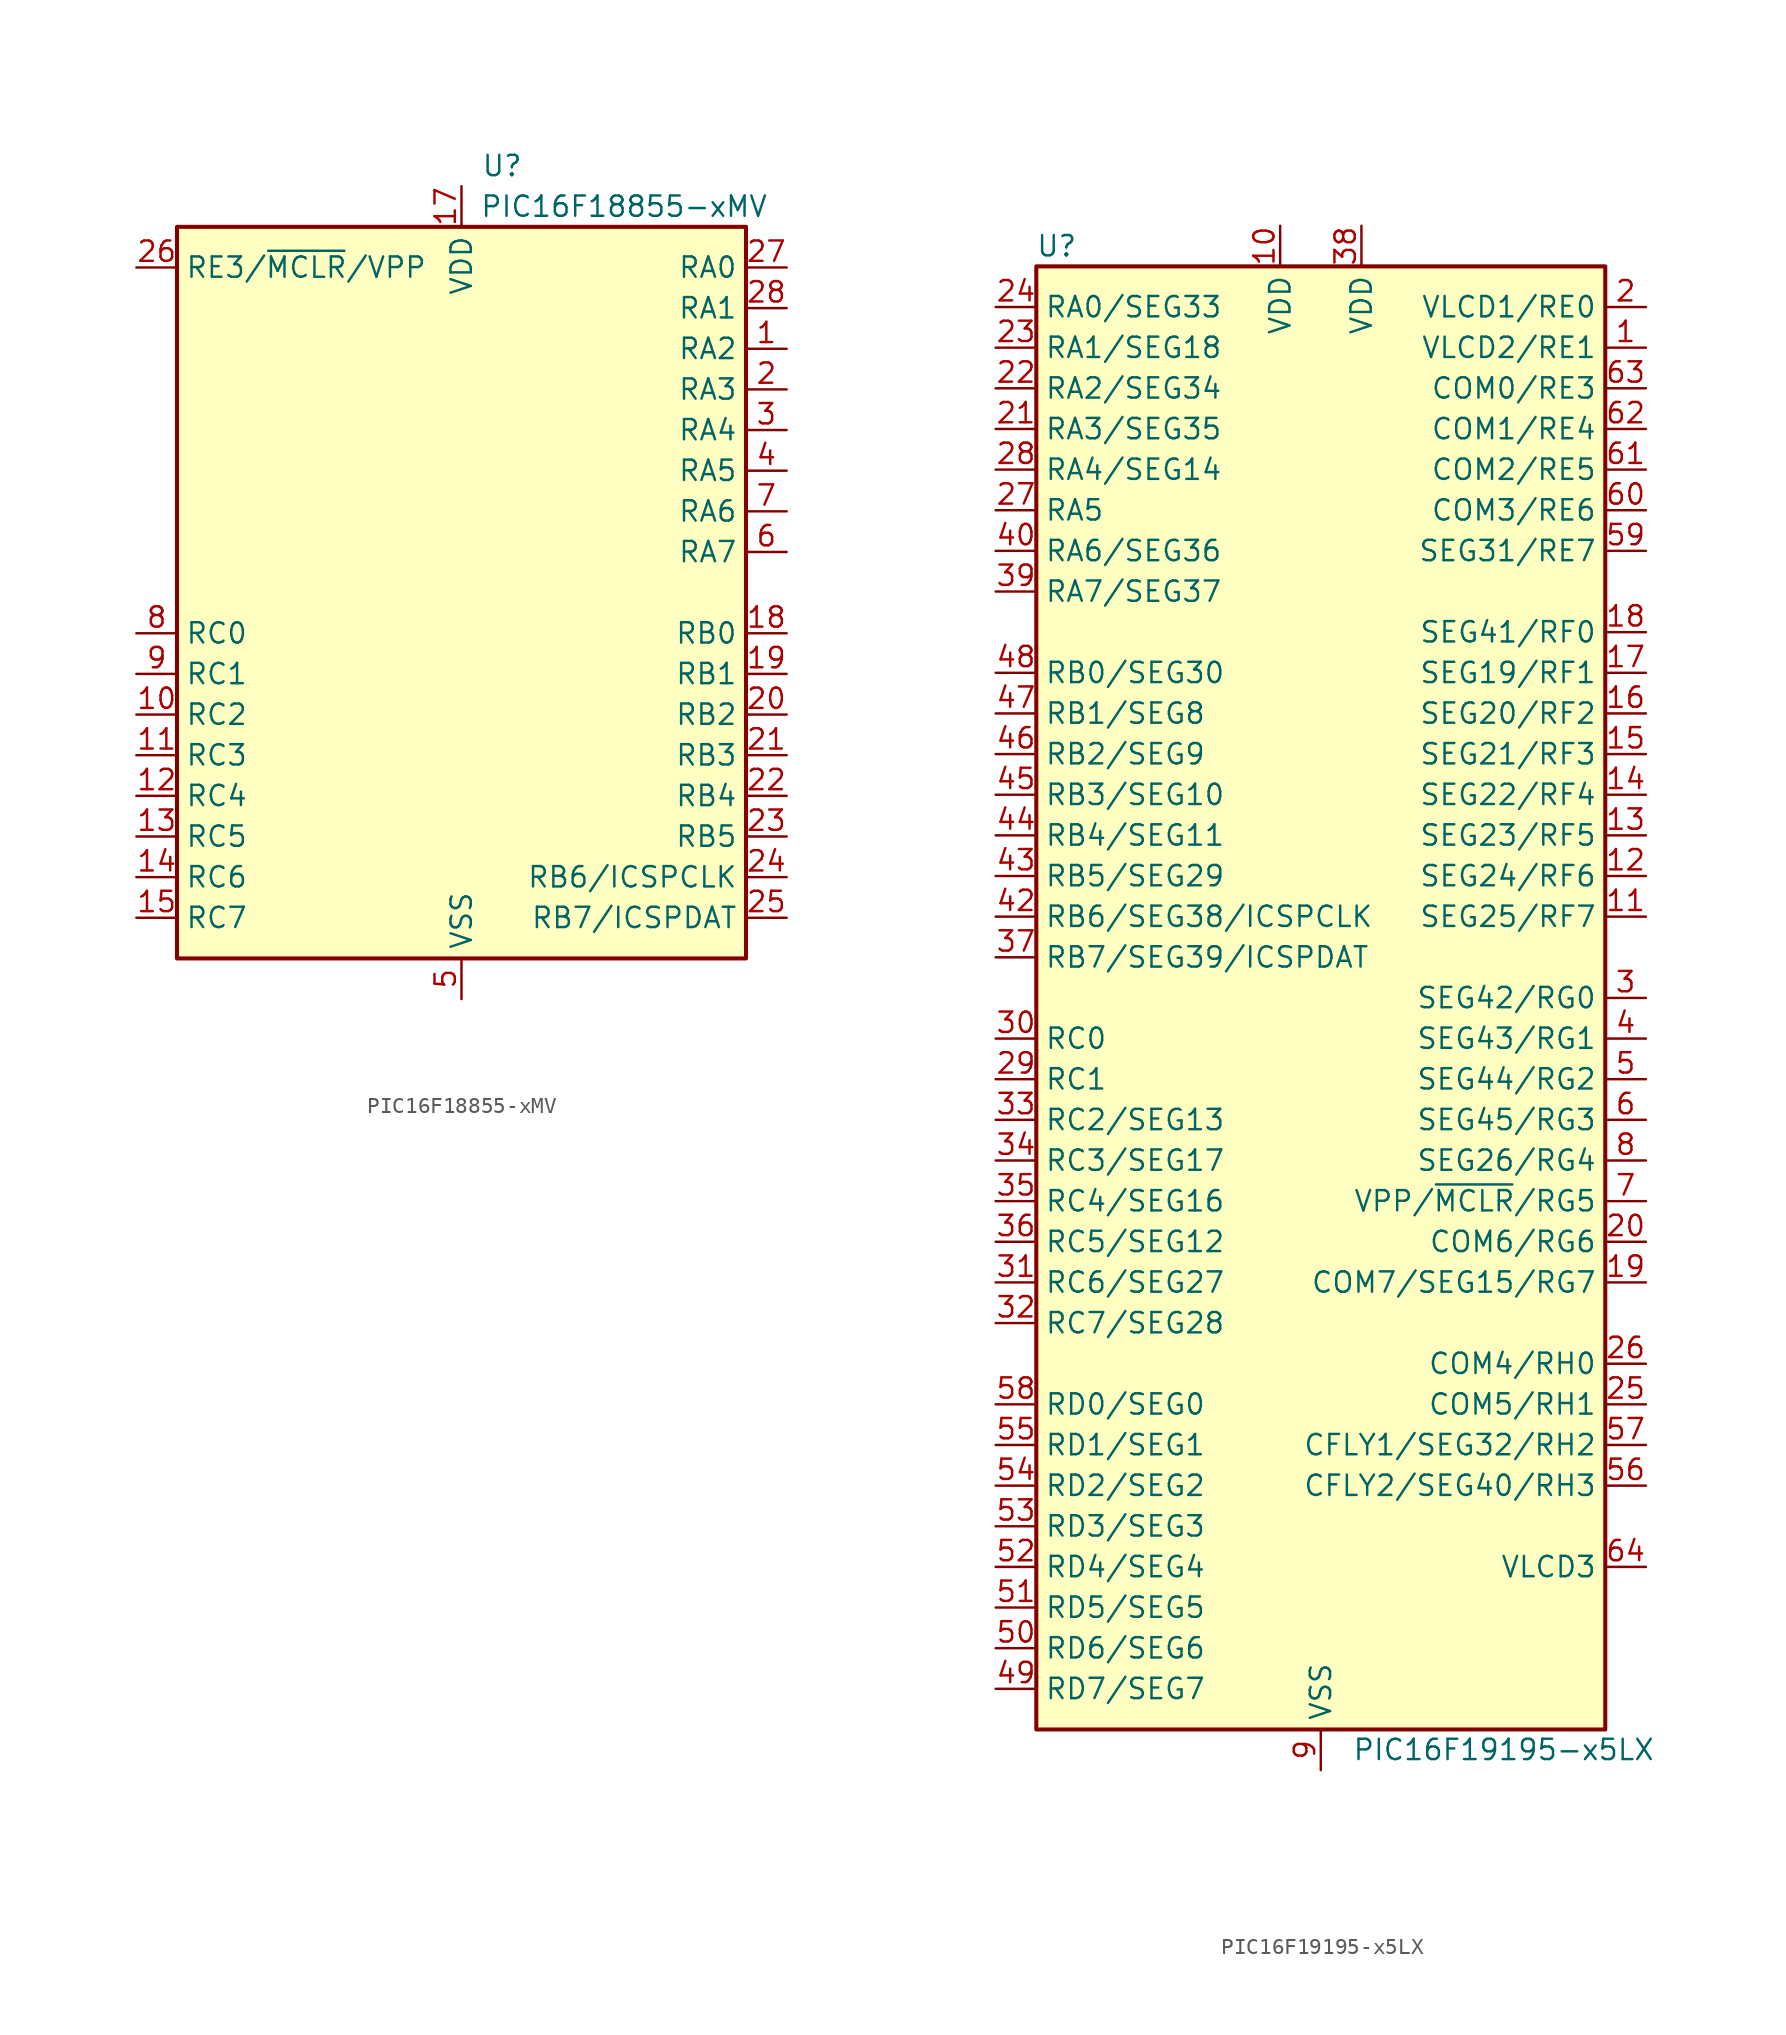
<source format=kicad_sym>
(kicad_symbol_lib
  (version 20211014)
  (generator kicad_symbol_editor)
  (symbol "PIC16F18855-xMV"
    (property "Reference" "U"
      (at 2.54 26.67 0)
      (effects (font (size 1.27 1.27))))
    (property "Value" "PIC16F18855-xMV"
      (at 10.16 24.13 0)
      (effects (font (size 1.27 1.27))))
    (symbol "PIC16F18855-xMV_0_0"
      (pin passive line (at 0 -25.4 90) (length 2.54) hide (name "VSS" (effects (font (size 1.27 1.27)))) (number "29" (effects (font (size 1.27 1.27))))))
    (symbol "PIC16F18855-xMV_0_1"
      (rectangle (start -17.78 22.86) (end 17.78 -22.86) (stroke (width 0.254) (type default) (color 0 0 0 0)) (fill (type background))))
    (symbol "PIC16F18855-xMV_1_1"
      (pin bidirectional line (at 20.32 15.24 180) (length 2.54) (name "RA2" (effects (font (size 1.27 1.27)))) (number "1" (effects (font (size 1.27 1.27)))))
      (pin bidirectional line (at -20.32 -7.62 0) (length 2.54) (name "RC2" (effects (font (size 1.27 1.27)))) (number "10" (effects (font (size 1.27 1.27)))))
      (pin bidirectional line (at -20.32 -10.16 0) (length 2.54) (name "RC3" (effects (font (size 1.27 1.27)))) (number "11" (effects (font (size 1.27 1.27)))))
      (pin bidirectional line (at -20.32 -12.7 0) (length 2.54) (name "RC4" (effects (font (size 1.27 1.27)))) (number "12" (effects (font (size 1.27 1.27)))))
      (pin bidirectional line (at -20.32 -15.24 0) (length 2.54) (name "RC5" (effects (font (size 1.27 1.27)))) (number "13" (effects (font (size 1.27 1.27)))))
      (pin bidirectional line (at -20.32 -17.78 0) (length 2.54) (name "RC6" (effects (font (size 1.27 1.27)))) (number "14" (effects (font (size 1.27 1.27)))))
      (pin bidirectional line (at -20.32 -20.32 0) (length 2.54) (name "RC7" (effects (font (size 1.27 1.27)))) (number "15" (effects (font (size 1.27 1.27)))))
      (pin passive line (at 0 -25.4 90) (length 2.54) hide (name "VSS" (effects (font (size 1.27 1.27)))) (number "16" (effects (font (size 1.27 1.27)))))
      (pin power_in line (at 0 25.4 270) (length 2.54) (name "VDD" (effects (font (size 1.27 1.27)))) (number "17" (effects (font (size 1.27 1.27)))))
      (pin bidirectional line (at 20.32 -2.54 180) (length 2.54) (name "RB0" (effects (font (size 1.27 1.27)))) (number "18" (effects (font (size 1.27 1.27)))))
      (pin bidirectional line (at 20.32 -5.08 180) (length 2.54) (name "RB1" (effects (font (size 1.27 1.27)))) (number "19" (effects (font (size 1.27 1.27)))))
      (pin bidirectional line (at 20.32 12.7 180) (length 2.54) (name "RA3" (effects (font (size 1.27 1.27)))) (number "2" (effects (font (size 1.27 1.27)))))
      (pin bidirectional line (at 20.32 -7.62 180) (length 2.54) (name "RB2" (effects (font (size 1.27 1.27)))) (number "20" (effects (font (size 1.27 1.27)))))
      (pin bidirectional line (at 20.32 -10.16 180) (length 2.54) (name "RB3" (effects (font (size 1.27 1.27)))) (number "21" (effects (font (size 1.27 1.27)))))
      (pin bidirectional line (at 20.32 -12.7 180) (length 2.54) (name "RB4" (effects (font (size 1.27 1.27)))) (number "22" (effects (font (size 1.27 1.27)))))
      (pin bidirectional line (at 20.32 -15.24 180) (length 2.54) (name "RB5" (effects (font (size 1.27 1.27)))) (number "23" (effects (font (size 1.27 1.27)))))
      (pin bidirectional line (at 20.32 -17.78 180) (length 2.54) (name "RB6/ICSPCLK" (effects (font (size 1.27 1.27)))) (number "24" (effects (font (size 1.27 1.27)))))
      (pin bidirectional line (at 20.32 -20.32 180) (length 2.54) (name "RB7/ICSPDAT" (effects (font (size 1.27 1.27)))) (number "25" (effects (font (size 1.27 1.27)))))
      (pin input line (at -20.32 20.32 0) (length 2.54) (name "RE3/~{MCLR}/VPP" (effects (font (size 1.27 1.27)))) (number "26" (effects (font (size 1.27 1.27)))))
      (pin bidirectional line (at 20.32 20.32 180) (length 2.54) (name "RA0" (effects (font (size 1.27 1.27)))) (number "27" (effects (font (size 1.27 1.27)))))
      (pin bidirectional line (at 20.32 17.78 180) (length 2.54) (name "RA1" (effects (font (size 1.27 1.27)))) (number "28" (effects (font (size 1.27 1.27)))))
      (pin bidirectional line (at 20.32 10.16 180) (length 2.54) (name "RA4" (effects (font (size 1.27 1.27)))) (number "3" (effects (font (size 1.27 1.27)))))
      (pin bidirectional line (at 20.32 7.62 180) (length 2.54) (name "RA5" (effects (font (size 1.27 1.27)))) (number "4" (effects (font (size 1.27 1.27)))))
      (pin power_in line (at 0 -25.4 90) (length 2.54) (name "VSS" (effects (font (size 1.27 1.27)))) (number "5" (effects (font (size 1.27 1.27)))))
      (pin bidirectional line (at 20.32 2.54 180) (length 2.54) (name "RA7" (effects (font (size 1.27 1.27)))) (number "6" (effects (font (size 1.27 1.27)))))
      (pin bidirectional line (at 20.32 5.08 180) (length 2.54) (name "RA6" (effects (font (size 1.27 1.27)))) (number "7" (effects (font (size 1.27 1.27)))))
      (pin bidirectional line (at -20.32 -2.54 0) (length 2.54) (name "RC0" (effects (font (size 1.27 1.27)))) (number "8" (effects (font (size 1.27 1.27)))))
      (pin bidirectional line (at -20.32 -5.08 0) (length 2.54) (name "RC1" (effects (font (size 1.27 1.27)))) (number "9" (effects (font (size 1.27 1.27)))))))
  (symbol "PIC16F19195-x5LX"
    (property "Reference" "U"
      (at -16.51 46.99 0)
      (effects (font (size 1.27 1.27))))
    (property "Value" "PIC16F19195-x5LX"
      (at 11.43 -46.99 0)
      (effects (font (size 1.27 1.27))))
    (symbol "PIC16F19195-x5LX_0_1"
      (rectangle (start -17.78 45.72) (end 17.78 -45.72) (stroke (width 0.254) (type default) (color 0 0 0 0)) (fill (type background))))
    (symbol "PIC16F19195-x5LX_1_1"
      (pin bidirectional line (at 20.32 40.64 180) (length 2.54) (name "VLCD2/RE1" (effects (font (size 1.27 1.27)))) (number "1" (effects (font (size 1.27 1.27)))))
      (pin power_in line (at -2.54 48.26 270) (length 2.54) (name "VDD" (effects (font (size 1.27 1.27)))) (number "10" (effects (font (size 1.27 1.27)))))
      (pin bidirectional line (at 20.32 5.08 180) (length 2.54) (name "SEG25/RF7" (effects (font (size 1.27 1.27)))) (number "11" (effects (font (size 1.27 1.27)))))
      (pin bidirectional line (at 20.32 7.62 180) (length 2.54) (name "SEG24/RF6" (effects (font (size 1.27 1.27)))) (number "12" (effects (font (size 1.27 1.27)))))
      (pin bidirectional line (at 20.32 10.16 180) (length 2.54) (name "SEG23/RF5" (effects (font (size 1.27 1.27)))) (number "13" (effects (font (size 1.27 1.27)))))
      (pin bidirectional line (at 20.32 12.7 180) (length 2.54) (name "SEG22/RF4" (effects (font (size 1.27 1.27)))) (number "14" (effects (font (size 1.27 1.27)))))
      (pin bidirectional line (at 20.32 15.24 180) (length 2.54) (name "SEG21/RF3" (effects (font (size 1.27 1.27)))) (number "15" (effects (font (size 1.27 1.27)))))
      (pin bidirectional line (at 20.32 17.78 180) (length 2.54) (name "SEG20/RF2" (effects (font (size 1.27 1.27)))) (number "16" (effects (font (size 1.27 1.27)))))
      (pin bidirectional line (at 20.32 20.32 180) (length 2.54) (name "SEG19/RF1" (effects (font (size 1.27 1.27)))) (number "17" (effects (font (size 1.27 1.27)))))
      (pin bidirectional line (at 20.32 22.86 180) (length 2.54) (name "SEG41/RF0" (effects (font (size 1.27 1.27)))) (number "18" (effects (font (size 1.27 1.27)))))
      (pin bidirectional line (at 20.32 -17.78 180) (length 2.54) (name "COM7/SEG15/RG7" (effects (font (size 1.27 1.27)))) (number "19" (effects (font (size 1.27 1.27)))))
      (pin bidirectional line (at 20.32 43.18 180) (length 2.54) (name "VLCD1/RE0" (effects (font (size 1.27 1.27)))) (number "2" (effects (font (size 1.27 1.27)))))
      (pin bidirectional line (at 20.32 -15.24 180) (length 2.54) (name "COM6/RG6" (effects (font (size 1.27 1.27)))) (number "20" (effects (font (size 1.27 1.27)))))
      (pin bidirectional line (at -20.32 35.56 0) (length 2.54) (name "RA3/SEG35" (effects (font (size 1.27 1.27)))) (number "21" (effects (font (size 1.27 1.27)))))
      (pin bidirectional line (at -20.32 38.1 0) (length 2.54) (name "RA2/SEG34" (effects (font (size 1.27 1.27)))) (number "22" (effects (font (size 1.27 1.27)))))
      (pin bidirectional line (at -20.32 40.64 0) (length 2.54) (name "RA1/SEG18" (effects (font (size 1.27 1.27)))) (number "23" (effects (font (size 1.27 1.27)))))
      (pin bidirectional line (at -20.32 43.18 0) (length 2.54) (name "RA0/SEG33" (effects (font (size 1.27 1.27)))) (number "24" (effects (font (size 1.27 1.27)))))
      (pin bidirectional line (at 20.32 -25.4 180) (length 2.54) (name "COM5/RH1" (effects (font (size 1.27 1.27)))) (number "25" (effects (font (size 1.27 1.27)))))
      (pin bidirectional line (at 20.32 -22.86 180) (length 2.54) (name "COM4/RH0" (effects (font (size 1.27 1.27)))) (number "26" (effects (font (size 1.27 1.27)))))
      (pin bidirectional line (at -20.32 30.48 0) (length 2.54) (name "RA5" (effects (font (size 1.27 1.27)))) (number "27" (effects (font (size 1.27 1.27)))))
      (pin bidirectional line (at -20.32 33.02 0) (length 2.54) (name "RA4/SEG14" (effects (font (size 1.27 1.27)))) (number "28" (effects (font (size 1.27 1.27)))))
      (pin bidirectional line (at -20.32 -5.08 0) (length 2.54) (name "RC1" (effects (font (size 1.27 1.27)))) (number "29" (effects (font (size 1.27 1.27)))))
      (pin bidirectional line (at 20.32 0 180) (length 2.54) (name "SEG42/RG0" (effects (font (size 1.27 1.27)))) (number "3" (effects (font (size 1.27 1.27)))))
      (pin bidirectional line (at -20.32 -2.54 0) (length 2.54) (name "RC0" (effects (font (size 1.27 1.27)))) (number "30" (effects (font (size 1.27 1.27)))))
      (pin bidirectional line (at -20.32 -17.78 0) (length 2.54) (name "RC6/SEG27" (effects (font (size 1.27 1.27)))) (number "31" (effects (font (size 1.27 1.27)))))
      (pin bidirectional line (at -20.32 -20.32 0) (length 2.54) (name "RC7/SEG28" (effects (font (size 1.27 1.27)))) (number "32" (effects (font (size 1.27 1.27)))))
      (pin bidirectional line (at -20.32 -7.62 0) (length 2.54) (name "RC2/SEG13" (effects (font (size 1.27 1.27)))) (number "33" (effects (font (size 1.27 1.27)))))
      (pin bidirectional line (at -20.32 -10.16 0) (length 2.54) (name "RC3/SEG17" (effects (font (size 1.27 1.27)))) (number "34" (effects (font (size 1.27 1.27)))))
      (pin bidirectional line (at -20.32 -12.7 0) (length 2.54) (name "RC4/SEG16" (effects (font (size 1.27 1.27)))) (number "35" (effects (font (size 1.27 1.27)))))
      (pin bidirectional line (at -20.32 -15.24 0) (length 2.54) (name "RC5/SEG12" (effects (font (size 1.27 1.27)))) (number "36" (effects (font (size 1.27 1.27)))))
      (pin bidirectional line (at -20.32 2.54 0) (length 2.54) (name "RB7/SEG39/ICSPDAT" (effects (font (size 1.27 1.27)))) (number "37" (effects (font (size 1.27 1.27)))))
      (pin power_in line (at 2.54 48.26 270) (length 2.54) (name "VDD" (effects (font (size 1.27 1.27)))) (number "38" (effects (font (size 1.27 1.27)))))
      (pin bidirectional line (at -20.32 25.4 0) (length 2.54) (name "RA7/SEG37" (effects (font (size 1.27 1.27)))) (number "39" (effects (font (size 1.27 1.27)))))
      (pin bidirectional line (at 20.32 -2.54 180) (length 2.54) (name "SEG43/RG1" (effects (font (size 1.27 1.27)))) (number "4" (effects (font (size 1.27 1.27)))))
      (pin bidirectional line (at -20.32 27.94 0) (length 2.54) (name "RA6/SEG36" (effects (font (size 1.27 1.27)))) (number "40" (effects (font (size 1.27 1.27)))))
      (pin passive line (at 0 -48.26 90) (length 2.54) hide (name "VSS" (effects (font (size 1.27 1.27)))) (number "41" (effects (font (size 1.27 1.27)))))
      (pin bidirectional line (at -20.32 5.08 0) (length 2.54) (name "RB6/SEG38/ICSPCLK" (effects (font (size 1.27 1.27)))) (number "42" (effects (font (size 1.27 1.27)))))
      (pin bidirectional line (at -20.32 7.62 0) (length 2.54) (name "RB5/SEG29" (effects (font (size 1.27 1.27)))) (number "43" (effects (font (size 1.27 1.27)))))
      (pin bidirectional line (at -20.32 10.16 0) (length 2.54) (name "RB4/SEG11" (effects (font (size 1.27 1.27)))) (number "44" (effects (font (size 1.27 1.27)))))
      (pin bidirectional line (at -20.32 12.7 0) (length 2.54) (name "RB3/SEG10" (effects (font (size 1.27 1.27)))) (number "45" (effects (font (size 1.27 1.27)))))
      (pin bidirectional line (at -20.32 15.24 0) (length 2.54) (name "RB2/SEG9" (effects (font (size 1.27 1.27)))) (number "46" (effects (font (size 1.27 1.27)))))
      (pin bidirectional line (at -20.32 17.78 0) (length 2.54) (name "RB1/SEG8" (effects (font (size 1.27 1.27)))) (number "47" (effects (font (size 1.27 1.27)))))
      (pin bidirectional line (at -20.32 20.32 0) (length 2.54) (name "RB0/SEG30" (effects (font (size 1.27 1.27)))) (number "48" (effects (font (size 1.27 1.27)))))
      (pin bidirectional line (at -20.32 -43.18 0) (length 2.54) (name "RD7/SEG7" (effects (font (size 1.27 1.27)))) (number "49" (effects (font (size 1.27 1.27)))))
      (pin bidirectional line (at 20.32 -5.08 180) (length 2.54) (name "SEG44/RG2" (effects (font (size 1.27 1.27)))) (number "5" (effects (font (size 1.27 1.27)))))
      (pin bidirectional line (at -20.32 -40.64 0) (length 2.54) (name "RD6/SEG6" (effects (font (size 1.27 1.27)))) (number "50" (effects (font (size 1.27 1.27)))))
      (pin bidirectional line (at -20.32 -38.1 0) (length 2.54) (name "RD5/SEG5" (effects (font (size 1.27 1.27)))) (number "51" (effects (font (size 1.27 1.27)))))
      (pin bidirectional line (at -20.32 -35.56 0) (length 2.54) (name "RD4/SEG4" (effects (font (size 1.27 1.27)))) (number "52" (effects (font (size 1.27 1.27)))))
      (pin bidirectional line (at -20.32 -33.02 0) (length 2.54) (name "RD3/SEG3" (effects (font (size 1.27 1.27)))) (number "53" (effects (font (size 1.27 1.27)))))
      (pin bidirectional line (at -20.32 -30.48 0) (length 2.54) (name "RD2/SEG2" (effects (font (size 1.27 1.27)))) (number "54" (effects (font (size 1.27 1.27)))))
      (pin bidirectional line (at -20.32 -27.94 0) (length 2.54) (name "RD1/SEG1" (effects (font (size 1.27 1.27)))) (number "55" (effects (font (size 1.27 1.27)))))
      (pin bidirectional line (at 20.32 -30.48 180) (length 2.54) (name "CFLY2/SEG40/RH3" (effects (font (size 1.27 1.27)))) (number "56" (effects (font (size 1.27 1.27)))))
      (pin bidirectional line (at 20.32 -27.94 180) (length 2.54) (name "CFLY1/SEG32/RH2" (effects (font (size 1.27 1.27)))) (number "57" (effects (font (size 1.27 1.27)))))
      (pin bidirectional line (at -20.32 -25.4 0) (length 2.54) (name "RD0/SEG0" (effects (font (size 1.27 1.27)))) (number "58" (effects (font (size 1.27 1.27)))))
      (pin bidirectional line (at 20.32 27.94 180) (length 2.54) (name "SEG31/RE7" (effects (font (size 1.27 1.27)))) (number "59" (effects (font (size 1.27 1.27)))))
      (pin bidirectional line (at 20.32 -7.62 180) (length 2.54) (name "SEG45/RG3" (effects (font (size 1.27 1.27)))) (number "6" (effects (font (size 1.27 1.27)))))
      (pin bidirectional line (at 20.32 30.48 180) (length 2.54) (name "COM3/RE6" (effects (font (size 1.27 1.27)))) (number "60" (effects (font (size 1.27 1.27)))))
      (pin bidirectional line (at 20.32 33.02 180) (length 2.54) (name "COM2/RE5" (effects (font (size 1.27 1.27)))) (number "61" (effects (font (size 1.27 1.27)))))
      (pin bidirectional line (at 20.32 35.56 180) (length 2.54) (name "COM1/RE4" (effects (font (size 1.27 1.27)))) (number "62" (effects (font (size 1.27 1.27)))))
      (pin bidirectional line (at 20.32 38.1 180) (length 2.54) (name "COM0/RE3" (effects (font (size 1.27 1.27)))) (number "63" (effects (font (size 1.27 1.27)))))
      (pin input line (at 20.32 -35.56 180) (length 2.54) (name "VLCD3" (effects (font (size 1.27 1.27)))) (number "64" (effects (font (size 1.27 1.27)))))
      (pin passive line (at 0 -48.26 90) (length 2.54) hide (name "VSS" (effects (font (size 1.27 1.27)))) (number "65" (effects (font (size 1.27 1.27)))))
      (pin bidirectional line (at 20.32 -12.7 180) (length 2.54) (name "VPP/~{MCLR}/RG5" (effects (font (size 1.27 1.27)))) (number "7" (effects (font (size 1.27 1.27)))))
      (pin bidirectional line (at 20.32 -10.16 180) (length 2.54) (name "SEG26/RG4" (effects (font (size 1.27 1.27)))) (number "8" (effects (font (size 1.27 1.27)))))
      (pin power_in line (at 0 -48.26 90) (length 2.54) (name "VSS" (effects (font (size 1.27 1.27)))) (number "9" (effects (font (size 1.27 1.27))))))))
</source>
